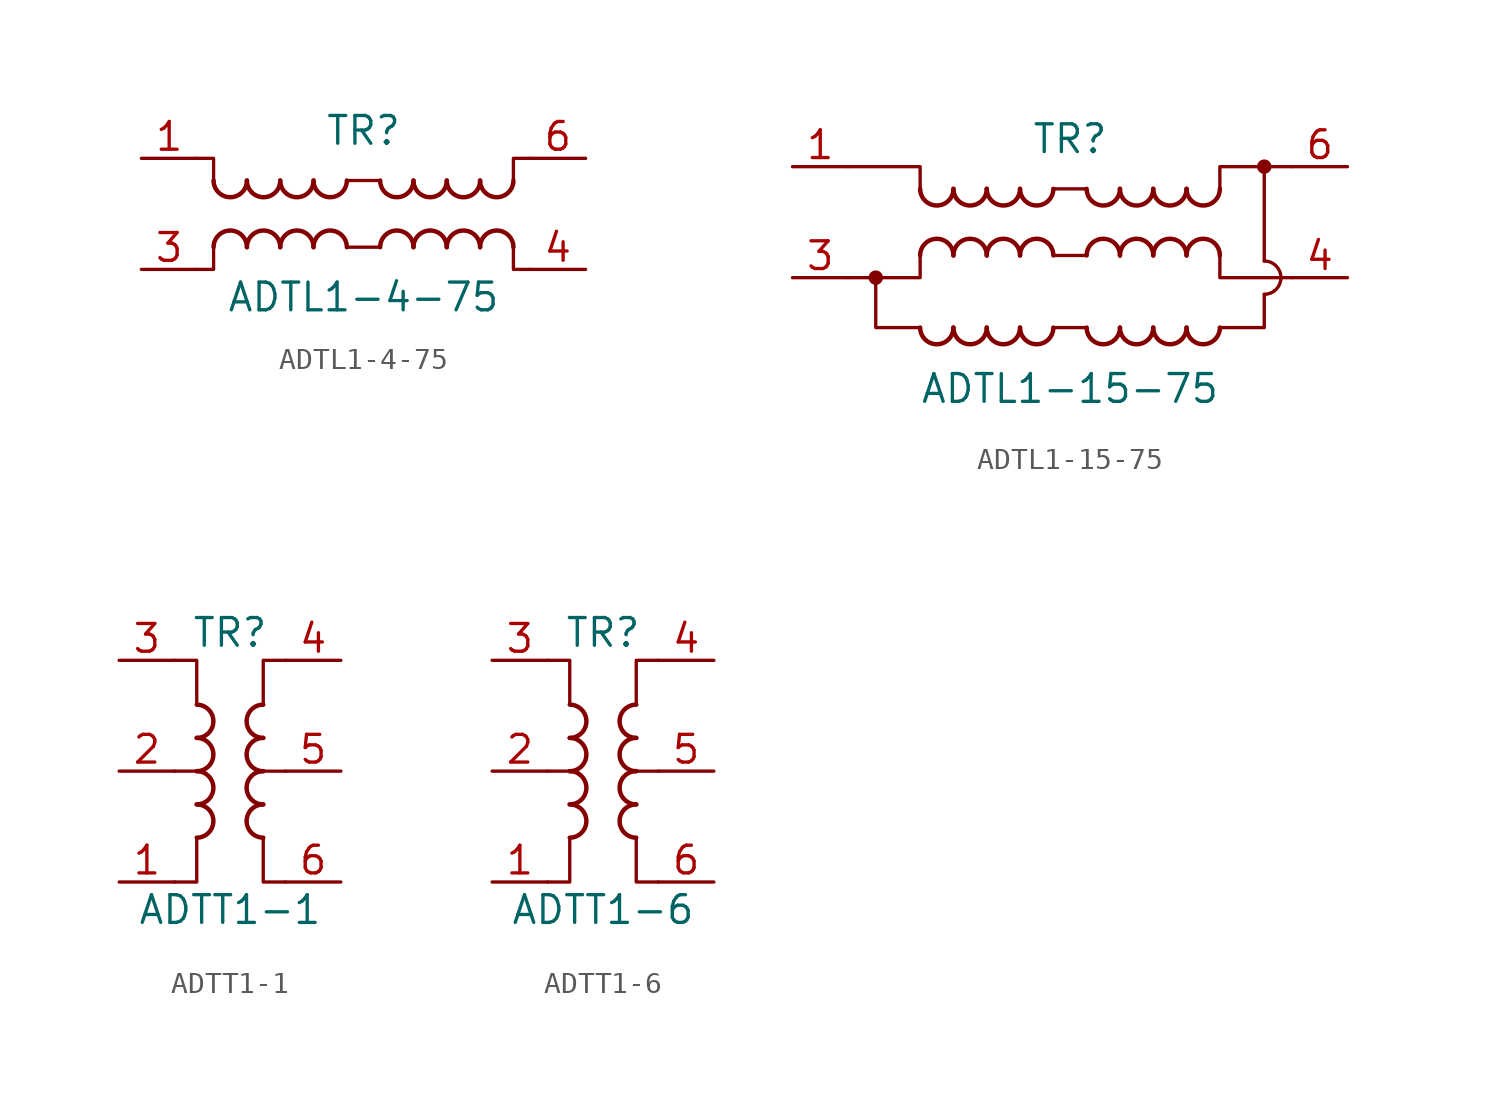
<source format=kicad_sym>
(kicad_symbol_lib
  (version 20220914)
  (generator kicad_symbol_editor)
  (symbol "ADTL1-4-75"
    (pin_names hide)
    (property "Reference" "TR"
      (at 0 3.81 0)
      (effects (font (size 1.27 1.27))))
    (property "Value" "ADTL1-4-75"
      (at 0 -3.81 0)
      (effects (font (size 1.27 1.27))))
    (symbol "ADTL1-4-75_0_1"
      (arc (start -6.858 1.524) (mid -6.096 0.7653) (end -5.334 1.524) (stroke (width 0.2032) (type default)) (fill (type none)))
      (arc (start -5.334 -1.524) (mid -6.096 -0.7653) (end -6.858 -1.524) (stroke (width 0.2032) (type default)) (fill (type none)))
      (arc (start -5.334 1.524) (mid -4.572 0.7653) (end -3.81 1.524) (stroke (width 0.2032) (type default)) (fill (type none)))
      (arc (start -3.81 -1.524) (mid -4.572 -0.7653) (end -5.334 -1.524) (stroke (width 0.2032) (type default)) (fill (type none)))
      (arc (start -3.81 1.524) (mid -3.048 0.7653) (end -2.286 1.524) (stroke (width 0.2032) (type default)) (fill (type none)))
      (arc (start -2.286 -1.524) (mid -3.048 -0.7653) (end -3.81 -1.524) (stroke (width 0.2032) (type default)) (fill (type none)))
      (arc (start -2.286 1.524) (mid -1.524 0.7653) (end -0.762 1.524) (stroke (width 0.2032) (type default)) (fill (type none)))
      (arc (start -0.762 -1.524) (mid -1.524 -0.7653) (end -2.286 -1.524) (stroke (width 0.2032) (type default)) (fill (type none)))
      (polyline (pts (xy -0.762 -1.524) (xy 0.762 -1.524)) (stroke (width 0) (type default)) (fill (type none)))
      (polyline (pts (xy -0.762 1.524) (xy 0.762 1.524)) (stroke (width 0) (type default)) (fill (type none)))
      (polyline (pts (xy -6.858 -1.524) (xy -6.858 -2.54) (xy -7.62 -2.54)) (stroke (width 0) (type default)) (fill (type none)))
      (polyline (pts (xy -6.858 1.524) (xy -6.858 2.54) (xy -7.62 2.54)) (stroke (width 0) (type default)) (fill (type none)))
      (polyline (pts (xy 6.858 -1.524) (xy 6.858 -2.54) (xy 7.62 -2.54)) (stroke (width 0) (type default)) (fill (type none)))
      (polyline (pts (xy 6.858 1.524) (xy 6.858 2.54) (xy 7.62 2.54)) (stroke (width 0) (type default)) (fill (type none)))
      (arc (start 0.762 1.524) (mid 1.524 0.7653) (end 2.286 1.524) (stroke (width 0.2032) (type default)) (fill (type none)))
      (arc (start 2.286 -1.524) (mid 1.524 -0.7653) (end 0.762 -1.524) (stroke (width 0.2032) (type default)) (fill (type none)))
      (arc (start 2.286 1.524) (mid 3.048 0.7653) (end 3.81 1.524) (stroke (width 0.2032) (type default)) (fill (type none)))
      (arc (start 3.81 -1.524) (mid 3.048 -0.7653) (end 2.286 -1.524) (stroke (width 0.2032) (type default)) (fill (type none)))
      (arc (start 3.81 1.524) (mid 4.572 0.7653) (end 5.334 1.524) (stroke (width 0.2032) (type default)) (fill (type none)))
      (arc (start 5.334 -1.524) (mid 4.572 -0.7653) (end 3.81 -1.524) (stroke (width 0.2032) (type default)) (fill (type none)))
      (arc (start 5.334 1.524) (mid 6.096 0.7653) (end 6.858 1.524) (stroke (width 0.2032) (type default)) (fill (type none)))
      (arc (start 6.858 -1.524) (mid 6.096 -0.7653) (end 5.334 -1.524) (stroke (width 0.2032) (type default)) (fill (type none))))
    (symbol "ADTL1-4-75_1_1"
      (pin passive line (at -10.16 2.54 0) (length 2.54) (name "~" (effects (font (size 1.27 1.27)))) (number "1" (effects (font (size 1.27 1.27)))))
      (pin passive line (at -10.16 -2.54 0) (length 2.54) (name "~" (effects (font (size 1.27 1.27)))) (number "3" (effects (font (size 1.27 1.27)))))
      (pin passive line (at 10.16 -2.54 180) (length 2.54) (name "~" (effects (font (size 1.27 1.27)))) (number "4" (effects (font (size 1.27 1.27)))))
      (pin passive line (at 10.16 2.54 180) (length 2.54) (name "~" (effects (font (size 1.27 1.27)))) (number "6" (effects (font (size 1.27 1.27)))))))
  (symbol "ADTL1-15-75"
    (pin_names hide)
    (property "Reference" "TR"
      (at 0 3.81 0)
      (effects (font (size 1.27 1.27))))
    (property "Value" "ADTL1-15-75"
      (at 0 -7.62 0)
      (effects (font (size 1.27 1.27))))
    (symbol "ADTL1-15-75_0_1"
      (circle (center -8.89 -2.54) (radius 0.254) (stroke (width 0) (type default)) (fill (type outline)))
      (arc (start -6.858 -4.826) (mid -6.096 -5.5847) (end -5.334 -4.826) (stroke (width 0.2032) (type default)) (fill (type none)))
      (arc (start -6.858 1.524) (mid -6.096 0.7653) (end -5.334 1.524) (stroke (width 0.2032) (type default)) (fill (type none)))
      (arc (start -5.334 -4.826) (mid -4.572 -5.5847) (end -3.81 -4.826) (stroke (width 0.2032) (type default)) (fill (type none)))
      (arc (start -5.334 -1.524) (mid -6.096 -0.7653) (end -6.858 -1.524) (stroke (width 0.2032) (type default)) (fill (type none)))
      (arc (start -5.334 1.524) (mid -4.572 0.7653) (end -3.81 1.524) (stroke (width 0.2032) (type default)) (fill (type none)))
      (arc (start -3.81 -4.826) (mid -3.048 -5.5847) (end -2.286 -4.826) (stroke (width 0.2032) (type default)) (fill (type none)))
      (arc (start -3.81 -1.524) (mid -4.572 -0.7653) (end -5.334 -1.524) (stroke (width 0.2032) (type default)) (fill (type none)))
      (arc (start -3.81 1.524) (mid -3.048 0.7653) (end -2.286 1.524) (stroke (width 0.2032) (type default)) (fill (type none)))
      (arc (start -2.286 -4.826) (mid -1.524 -5.5847) (end -0.762 -4.826) (stroke (width 0.2032) (type default)) (fill (type none)))
      (arc (start -2.286 -1.524) (mid -3.048 -0.7653) (end -3.81 -1.524) (stroke (width 0.2032) (type default)) (fill (type none)))
      (arc (start -2.286 1.524) (mid -1.524 0.7653) (end -0.762 1.524) (stroke (width 0.2032) (type default)) (fill (type none)))
      (arc (start -0.762 -1.524) (mid -1.524 -0.7653) (end -2.286 -1.524) (stroke (width 0.2032) (type default)) (fill (type none)))
      (polyline (pts (xy -0.762 -1.524) (xy 0.762 -1.524)) (stroke (width 0) (type default)) (fill (type none)))
      (polyline (pts (xy -0.762 1.524) (xy 0.762 1.524)) (stroke (width 0) (type default)) (fill (type none)))
      (polyline (pts (xy 0.762 -4.826) (xy -0.762 -4.826)) (stroke (width 0) (type default)) (fill (type none)))
      (polyline (pts (xy 8.89 -1.778) (xy 8.89 2.54)) (stroke (width 0) (type default)) (fill (type none)))
      (polyline (pts (xy -6.858 -4.826) (xy -8.89 -4.826) (xy -8.89 -2.54)) (stroke (width 0) (type default)) (fill (type none)))
      (polyline (pts (xy -6.858 -1.524) (xy -6.858 -2.54) (xy -10.16 -2.54)) (stroke (width 0) (type default)) (fill (type none)))
      (polyline (pts (xy -6.858 1.524) (xy -6.858 2.54) (xy -10.16 2.54)) (stroke (width 0) (type default)) (fill (type none)))
      (polyline (pts (xy 6.858 -4.826) (xy 8.89 -4.826) (xy 8.89 -3.302)) (stroke (width 0) (type default)) (fill (type none)))
      (polyline (pts (xy 6.858 -1.524) (xy 6.858 -2.54) (xy 10.16 -2.54)) (stroke (width 0) (type default)) (fill (type none)))
      (polyline (pts (xy 6.858 1.524) (xy 6.858 2.54) (xy 10.16 2.54)) (stroke (width 0) (type default)) (fill (type none)))
      (arc (start 0.762 -4.826) (mid 1.524 -5.5847) (end 2.286 -4.826) (stroke (width 0.2032) (type default)) (fill (type none)))
      (arc (start 0.762 1.524) (mid 1.524 0.7653) (end 2.286 1.524) (stroke (width 0.2032) (type default)) (fill (type none)))
      (arc (start 2.286 -4.826) (mid 3.048 -5.5847) (end 3.81 -4.826) (stroke (width 0.2032) (type default)) (fill (type none)))
      (arc (start 2.286 -1.524) (mid 1.524 -0.7653) (end 0.762 -1.524) (stroke (width 0.2032) (type default)) (fill (type none)))
      (arc (start 2.286 1.524) (mid 3.048 0.7653) (end 3.81 1.524) (stroke (width 0.2032) (type default)) (fill (type none)))
      (arc (start 3.81 -4.826) (mid 4.572 -5.5847) (end 5.334 -4.826) (stroke (width 0.2032) (type default)) (fill (type none)))
      (arc (start 3.81 -1.524) (mid 3.048 -0.7653) (end 2.286 -1.524) (stroke (width 0.2032) (type default)) (fill (type none)))
      (arc (start 3.81 1.524) (mid 4.572 0.7653) (end 5.334 1.524) (stroke (width 0.2032) (type default)) (fill (type none)))
      (arc (start 5.334 -4.826) (mid 6.096 -5.5847) (end 6.858 -4.826) (stroke (width 0.2032) (type default)) (fill (type none)))
      (arc (start 5.334 -1.524) (mid 4.572 -0.7653) (end 3.81 -1.524) (stroke (width 0.2032) (type default)) (fill (type none)))
      (arc (start 5.334 1.524) (mid 6.096 0.7653) (end 6.858 1.524) (stroke (width 0.2032) (type default)) (fill (type none)))
      (arc (start 6.858 -1.524) (mid 6.096 -0.7653) (end 5.334 -1.524) (stroke (width 0.2032) (type default)) (fill (type none)))
      (arc (start 8.89 -3.302) (mid 9.6487 -2.54) (end 8.89 -1.778) (stroke (width 0) (type default)) (fill (type none)))
      (circle (center 8.89 2.54) (radius 0.254) (stroke (width 0) (type default)) (fill (type outline))))
    (symbol "ADTL1-15-75_1_1"
      (pin passive line (at -12.7 2.54 0) (length 2.54) (name "~" (effects (font (size 1.27 1.27)))) (number "1" (effects (font (size 1.27 1.27)))))
      (pin passive line (at -12.7 -2.54 0) (length 2.54) (name "~" (effects (font (size 1.27 1.27)))) (number "3" (effects (font (size 1.27 1.27)))))
      (pin passive line (at 12.7 -2.54 180) (length 2.54) (name "~" (effects (font (size 1.27 1.27)))) (number "4" (effects (font (size 1.27 1.27)))))
      (pin passive line (at 12.7 2.54 180) (length 2.54) (name "~" (effects (font (size 1.27 1.27)))) (number "6" (effects (font (size 1.27 1.27)))))))
  (symbol "ADTT1-1"
    (pin_names hide)
    (property "Reference" "TR"
      (at 0 6.35 0)
      (effects (font (size 1.27 1.27))))
    (property "Value" "ADTT1-1"
      (at 0 -6.35 0)
      (effects (font (size 1.27 1.27))))
    (symbol "ADTT1-1_0_1"
      (arc (start -1.524 -3.048) (mid -0.7653 -2.286) (end -1.524 -1.524) (stroke (width 0.2032) (type default)) (fill (type none)))
      (arc (start -1.524 -1.524) (mid -0.7653 -0.762) (end -1.524 0) (stroke (width 0.2032) (type default)) (fill (type none)))
      (arc (start -1.524 0) (mid -0.7653 0.762) (end -1.524 1.524) (stroke (width 0.2032) (type default)) (fill (type none)))
      (arc (start -1.524 1.524) (mid -0.7653 2.286) (end -1.524 3.048) (stroke (width 0.2032) (type default)) (fill (type none)))
      (polyline (pts (xy -2.54 0) (xy -1.27 0)) (stroke (width 0) (type default)) (fill (type none)))
      (polyline (pts (xy 2.54 0) (xy 1.27 0)) (stroke (width 0.152) (type default)) (fill (type none)))
      (polyline (pts (xy -2.54 5.08) (xy -1.524 5.08) (xy -1.524 3.048)) (stroke (width 0.152) (type default)) (fill (type none)))
      (polyline (pts (xy -1.524 -3.048) (xy -1.524 -5.08) (xy -2.54 -5.08)) (stroke (width 0.152) (type default)) (fill (type none)))
      (polyline (pts (xy 1.524 3.048) (xy 1.524 5.08) (xy 2.54 5.08)) (stroke (width 0.152) (type default)) (fill (type none)))
      (polyline (pts (xy 2.54 -5.08) (xy 1.524 -5.08) (xy 1.524 -3.048)) (stroke (width 0.152) (type default)) (fill (type none)))
      (arc (start 1.524 -1.524) (mid 0.7653 -2.286) (end 1.524 -3.048) (stroke (width 0.2032) (type default)) (fill (type none)))
      (arc (start 1.524 0) (mid 0.7653 -0.762) (end 1.524 -1.524) (stroke (width 0.2032) (type default)) (fill (type none)))
      (arc (start 1.524 1.524) (mid 0.7653 0.762) (end 1.524 0) (stroke (width 0.2032) (type default)) (fill (type none)))
      (arc (start 1.524 3.048) (mid 0.7653 2.286) (end 1.524 1.524) (stroke (width 0.2032) (type default)) (fill (type none))))
    (symbol "ADTT1-1_1_1"
      (pin passive line (at -5.08 -5.08 0) (length 2.54) (name "~" (effects (font (size 1.27 1.27)))) (number "1" (effects (font (size 1.27 1.27)))))
      (pin passive line (at -5.08 0 0) (length 2.54) (name "~" (effects (font (size 1.27 1.27)))) (number "2" (effects (font (size 1.27 1.27)))))
      (pin passive line (at -5.08 5.08 0) (length 2.54) (name "~" (effects (font (size 1.27 1.27)))) (number "3" (effects (font (size 1.27 1.27)))))
      (pin passive line (at 5.08 5.08 180) (length 2.54) (name "~" (effects (font (size 1.27 1.27)))) (number "4" (effects (font (size 1.27 1.27)))))
      (pin passive line (at 5.08 0 180) (length 2.54) (name "~" (effects (font (size 1.27 1.27)))) (number "5" (effects (font (size 1.27 1.27)))))
      (pin passive line (at 5.08 -5.08 180) (length 2.54) (name "~" (effects (font (size 1.27 1.27)))) (number "6" (effects (font (size 1.27 1.27)))))))
  (symbol "ADTT1-6"
    (pin_names hide)
    (property "Reference" "TR"
      (at 0 6.35 0)
      (effects (font (size 1.27 1.27))))
    (property "Value" "ADTT1-6"
      (at 0 -6.35 0)
      (effects (font (size 1.27 1.27))))
    (symbol "ADTT1-6_0_1"
      (arc (start -1.524 -3.048) (mid -0.7653 -2.286) (end -1.524 -1.524) (stroke (width 0.2032) (type default)) (fill (type none)))
      (arc (start -1.524 -1.524) (mid -0.7653 -0.762) (end -1.524 0) (stroke (width 0.2032) (type default)) (fill (type none)))
      (arc (start -1.524 0) (mid -0.7653 0.762) (end -1.524 1.524) (stroke (width 0.2032) (type default)) (fill (type none)))
      (arc (start -1.524 1.524) (mid -0.7653 2.286) (end -1.524 3.048) (stroke (width 0.2032) (type default)) (fill (type none)))
      (polyline (pts (xy -2.54 0) (xy -1.27 0)) (stroke (width 0) (type default)) (fill (type none)))
      (polyline (pts (xy 2.54 0) (xy 1.27 0)) (stroke (width 0.152) (type default)) (fill (type none)))
      (polyline (pts (xy -2.54 5.08) (xy -1.524 5.08) (xy -1.524 3.048)) (stroke (width 0.152) (type default)) (fill (type none)))
      (polyline (pts (xy -1.524 -3.048) (xy -1.524 -5.08) (xy -2.54 -5.08)) (stroke (width 0.152) (type default)) (fill (type none)))
      (polyline (pts (xy 1.524 3.048) (xy 1.524 5.08) (xy 2.54 5.08)) (stroke (width 0.152) (type default)) (fill (type none)))
      (polyline (pts (xy 2.54 -5.08) (xy 1.524 -5.08) (xy 1.524 -3.048)) (stroke (width 0.152) (type default)) (fill (type none)))
      (arc (start 1.524 -1.524) (mid 0.7653 -2.286) (end 1.524 -3.048) (stroke (width 0.2032) (type default)) (fill (type none)))
      (arc (start 1.524 0) (mid 0.7653 -0.762) (end 1.524 -1.524) (stroke (width 0.2032) (type default)) (fill (type none)))
      (arc (start 1.524 1.524) (mid 0.7653 0.762) (end 1.524 0) (stroke (width 0.2032) (type default)) (fill (type none)))
      (arc (start 1.524 3.048) (mid 0.7653 2.286) (end 1.524 1.524) (stroke (width 0.2032) (type default)) (fill (type none))))
    (symbol "ADTT1-6_1_1"
      (pin passive line (at -5.08 -5.08 0) (length 2.54) (name "~" (effects (font (size 1.27 1.27)))) (number "1" (effects (font (size 1.27 1.27)))))
      (pin passive line (at -5.08 0 0) (length 2.54) (name "~" (effects (font (size 1.27 1.27)))) (number "2" (effects (font (size 1.27 1.27)))))
      (pin passive line (at -5.08 5.08 0) (length 2.54) (name "~" (effects (font (size 1.27 1.27)))) (number "3" (effects (font (size 1.27 1.27)))))
      (pin passive line (at 5.08 5.08 180) (length 2.54) (name "~" (effects (font (size 1.27 1.27)))) (number "4" (effects (font (size 1.27 1.27)))))
      (pin passive line (at 5.08 0 180) (length 2.54) (name "~" (effects (font (size 1.27 1.27)))) (number "5" (effects (font (size 1.27 1.27)))))
      (pin passive line (at 5.08 -5.08 180) (length 2.54) (name "~" (effects (font (size 1.27 1.27)))) (number "6" (effects (font (size 1.27 1.27))))))))
</source>
